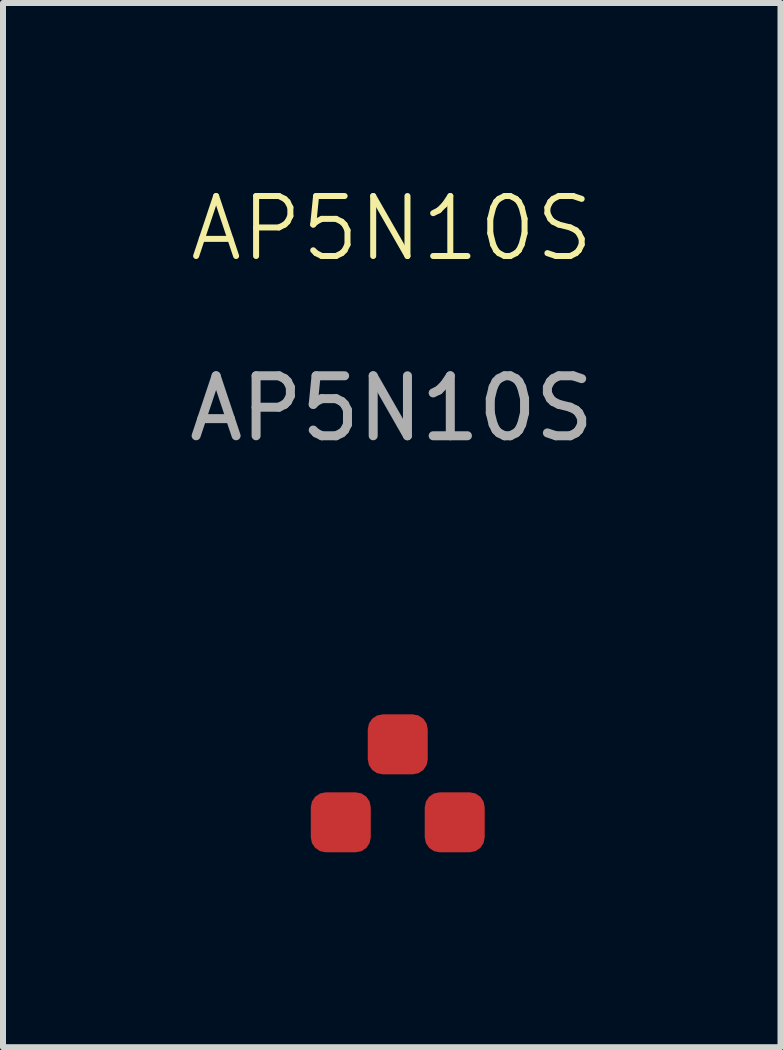
<source format=kicad_pcb>
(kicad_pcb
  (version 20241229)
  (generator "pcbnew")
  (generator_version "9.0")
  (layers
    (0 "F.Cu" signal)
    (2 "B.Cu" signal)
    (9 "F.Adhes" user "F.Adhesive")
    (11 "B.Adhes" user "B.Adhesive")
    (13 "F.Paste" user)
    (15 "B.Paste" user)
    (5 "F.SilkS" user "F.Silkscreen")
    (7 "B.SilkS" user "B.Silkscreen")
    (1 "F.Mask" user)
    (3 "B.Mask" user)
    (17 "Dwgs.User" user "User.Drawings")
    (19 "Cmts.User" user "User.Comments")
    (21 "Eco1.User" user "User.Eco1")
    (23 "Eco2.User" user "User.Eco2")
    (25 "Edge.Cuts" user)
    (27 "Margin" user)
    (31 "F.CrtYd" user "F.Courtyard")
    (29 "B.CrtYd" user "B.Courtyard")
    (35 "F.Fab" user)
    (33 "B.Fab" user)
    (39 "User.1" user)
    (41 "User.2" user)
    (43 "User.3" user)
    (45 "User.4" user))
  (footprint "AP5N10S"
    (layer "F.Cu")
    (at 3.582 11.161)
    (property "Reference" "AP5N10S" (at -0.1 -10.4 0) (unlocked yes) (layer "F.SilkS") (effects (font (size 1 1) (thickness 0.1))))
    (attr smd)
    (fp_text user "${REFERENCE}" (at -0.1 -7.4 0) (unlocked yes) (layer "F.Fab") (effects (font (size 1 1) (thickness 0.15))))
    (pad "1" smd roundrect (at -0.95 -0.5) (size 1 1) (layers "F.Cu" "F.Mask" "F.Paste") (roundrect_rratio 0.25))
    (pad "2" smd roundrect (at 0.95 -0.5) (size 1 1) (layers "F.Cu" "F.Mask" "F.Paste") (roundrect_rratio 0.25))
    (pad "3" smd roundrect (at 0 -1.8) (size 1 1) (layers "F.Cu" "F.Mask" "F.Paste") (roundrect_rratio 0.25)))
  (gr_rect
    (start -3 -3)
    (end 9.964 14.411)
    (stroke (width 0.1) (type default))
    (fill no)
    (layer "Edge.Cuts")))
</source>
